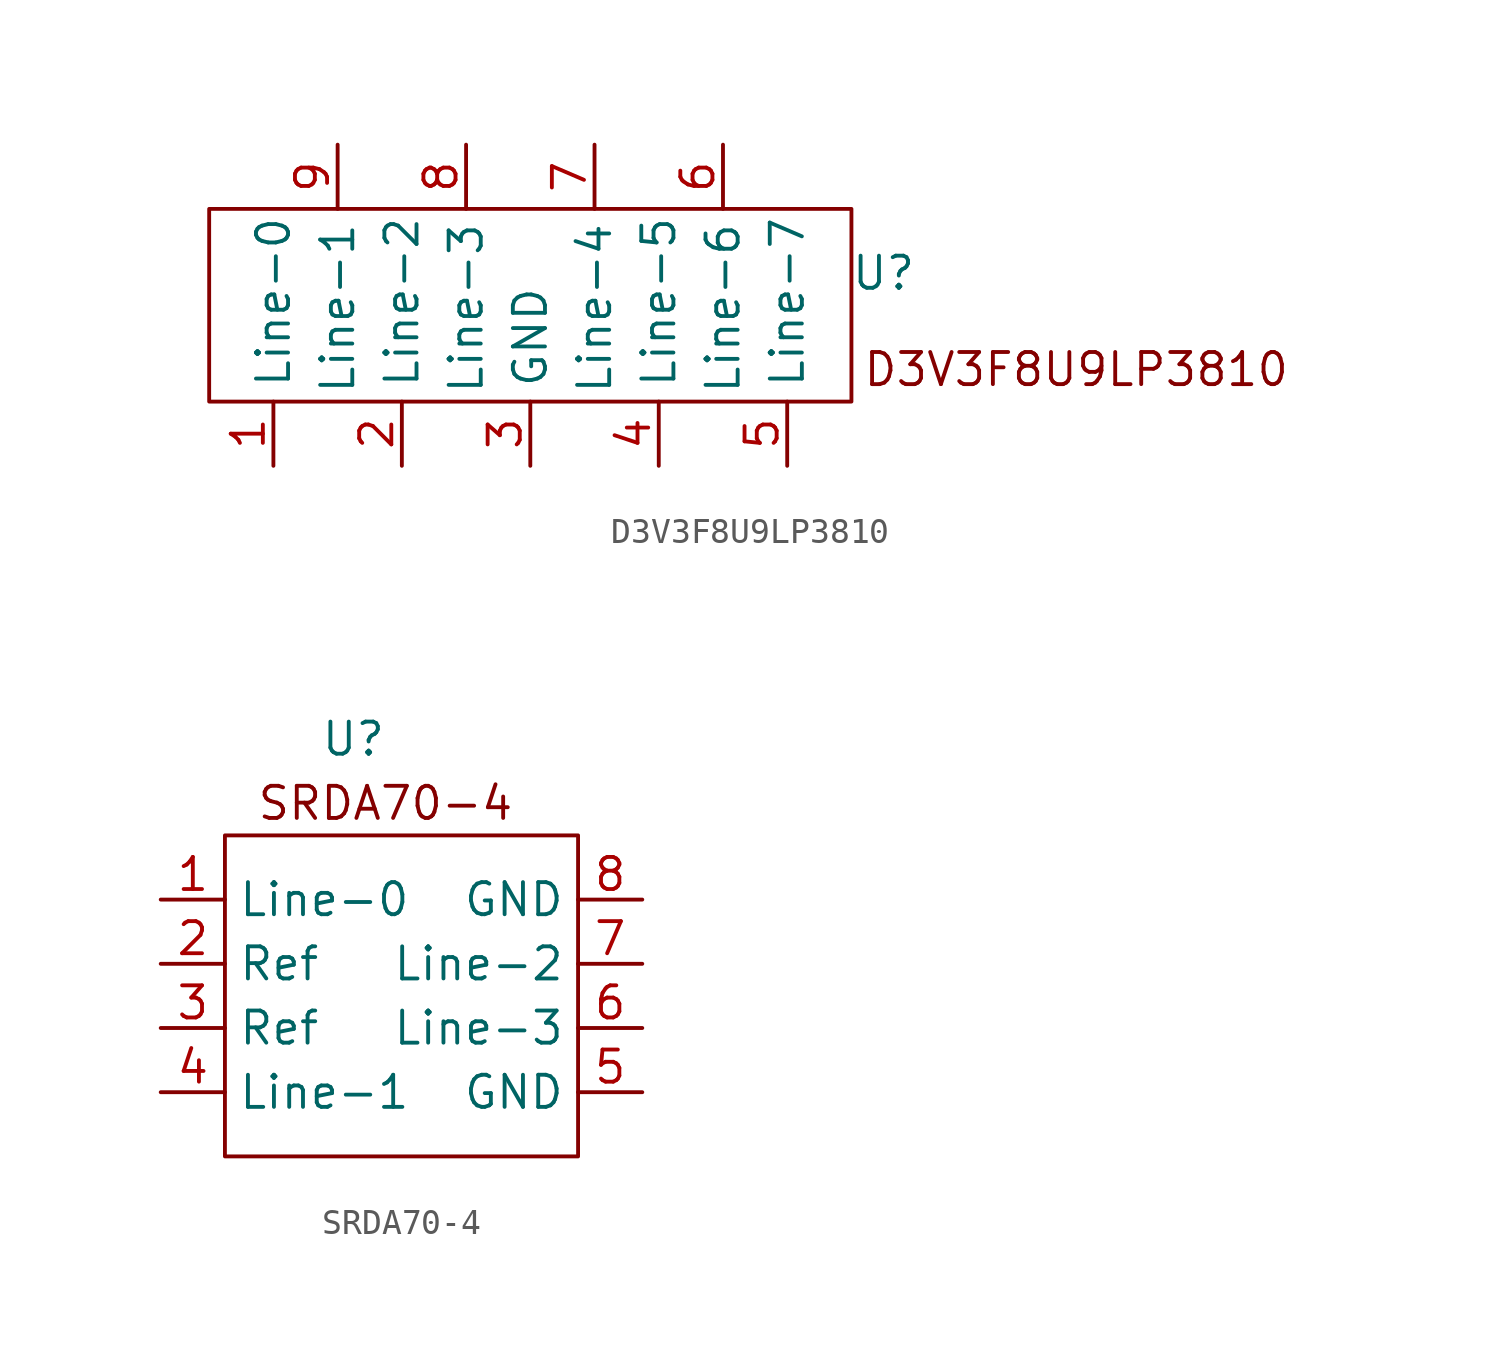
<source format=kicad_sym>
(kicad_symbol_lib
  (version 20220914)
  (generator kicad_symbol_editor)
  (symbol "D3V3F8U9LP3810"
    (property "Reference" "U"
      (at 0 1.27 0)
      (effects (font (size 1.27 1.27))))
    (property "Value" ""
      (at 0 0 0)
      (effects (font (size 1.27 1.27))))
    (symbol "D3V3F8U9LP3810_0_1"
      (rectangle (start -26.67 3.81) (end -1.27 -3.81) (stroke (width 0) (type default)) (fill (type none))))
    (symbol "D3V3F8U9LP3810_1_1"
      (text "D3V3F8U9LP3810" (at 7.62 -2.54 0) (effects (font (size 1.27 1.27))))
      (pin input line (at -24.13 -6.35 90) (length 2.54) (name "Line-0" (effects (font (size 1.27 1.27)))) (number "1" (effects (font (size 1.27 1.27)))))
      (pin input line (at -19.05 -6.35 90) (length 2.54) (name "Line-2" (effects (font (size 1.27 1.27)))) (number "2" (effects (font (size 1.27 1.27)))))
      (pin input line (at -13.97 -6.35 90) (length 2.54) (name "GND" (effects (font (size 1.27 1.27)))) (number "3" (effects (font (size 1.27 1.27)))))
      (pin input line (at -8.89 -6.35 90) (length 2.54) (name "Line-5" (effects (font (size 1.27 1.27)))) (number "4" (effects (font (size 1.27 1.27)))))
      (pin input line (at -3.81 -6.35 90) (length 2.54) (name "Line-7" (effects (font (size 1.27 1.27)))) (number "5" (effects (font (size 1.27 1.27)))))
      (pin input line (at -6.35 6.35 270) (length 2.54) (name "Line-6" (effects (font (size 1.27 1.27)))) (number "6" (effects (font (size 1.27 1.27)))))
      (pin input line (at -11.43 6.35 270) (length 2.54) (name "Line-4" (effects (font (size 1.27 1.27)))) (number "7" (effects (font (size 1.27 1.27)))))
      (pin input line (at -16.51 6.35 270) (length 2.54) (name "Line-3" (effects (font (size 1.27 1.27)))) (number "8" (effects (font (size 1.27 1.27)))))
      (pin input line (at -21.59 6.35 270) (length 2.54) (name "Line-1" (effects (font (size 1.27 1.27)))) (number "9" (effects (font (size 1.27 1.27)))))))
  (symbol "SRDA70-4"
    (property "Reference" "U"
      (at 0 0 0)
      (effects (font (size 1.27 1.27))))
    (property "Value" ""
      (at 0 0 0)
      (effects (font (size 1.27 1.27))))
    (symbol "SRDA70-4_0_1"
      (rectangle (start -5.08 -3.81) (end 8.89 -16.51) (stroke (width 0) (type default)) (fill (type none))))
    (symbol "SRDA70-4_1_1"
      (text "SRDA70-4" (at 1.27 -2.54 0) (effects (font (size 1.27 1.27))))
      (pin input line (at -7.62 -6.35 0) (length 2.54) (name "Line-0" (effects (font (size 1.27 1.27)))) (number "1" (effects (font (size 1.27 1.27)))))
      (pin input line (at -7.62 -8.89 0) (length 2.54) (name "Ref" (effects (font (size 1.27 1.27)))) (number "2" (effects (font (size 1.27 1.27)))))
      (pin input line (at -7.62 -11.43 0) (length 2.54) (name "Ref" (effects (font (size 1.27 1.27)))) (number "3" (effects (font (size 1.27 1.27)))))
      (pin input line (at -7.62 -13.97 0) (length 2.54) (name "Line-1" (effects (font (size 1.27 1.27)))) (number "4" (effects (font (size 1.27 1.27)))))
      (pin input line (at 11.43 -13.97 180) (length 2.54) (name "GND" (effects (font (size 1.27 1.27)))) (number "5" (effects (font (size 1.27 1.27)))))
      (pin input line (at 11.43 -11.43 180) (length 2.54) (name "Line-3" (effects (font (size 1.27 1.27)))) (number "6" (effects (font (size 1.27 1.27)))))
      (pin input line (at 11.43 -8.89 180) (length 2.54) (name "Line-2" (effects (font (size 1.27 1.27)))) (number "7" (effects (font (size 1.27 1.27)))))
      (pin input line (at 11.43 -6.35 180) (length 2.54) (name "GND" (effects (font (size 1.27 1.27)))) (number "8" (effects (font (size 1.27 1.27))))))))
</source>
